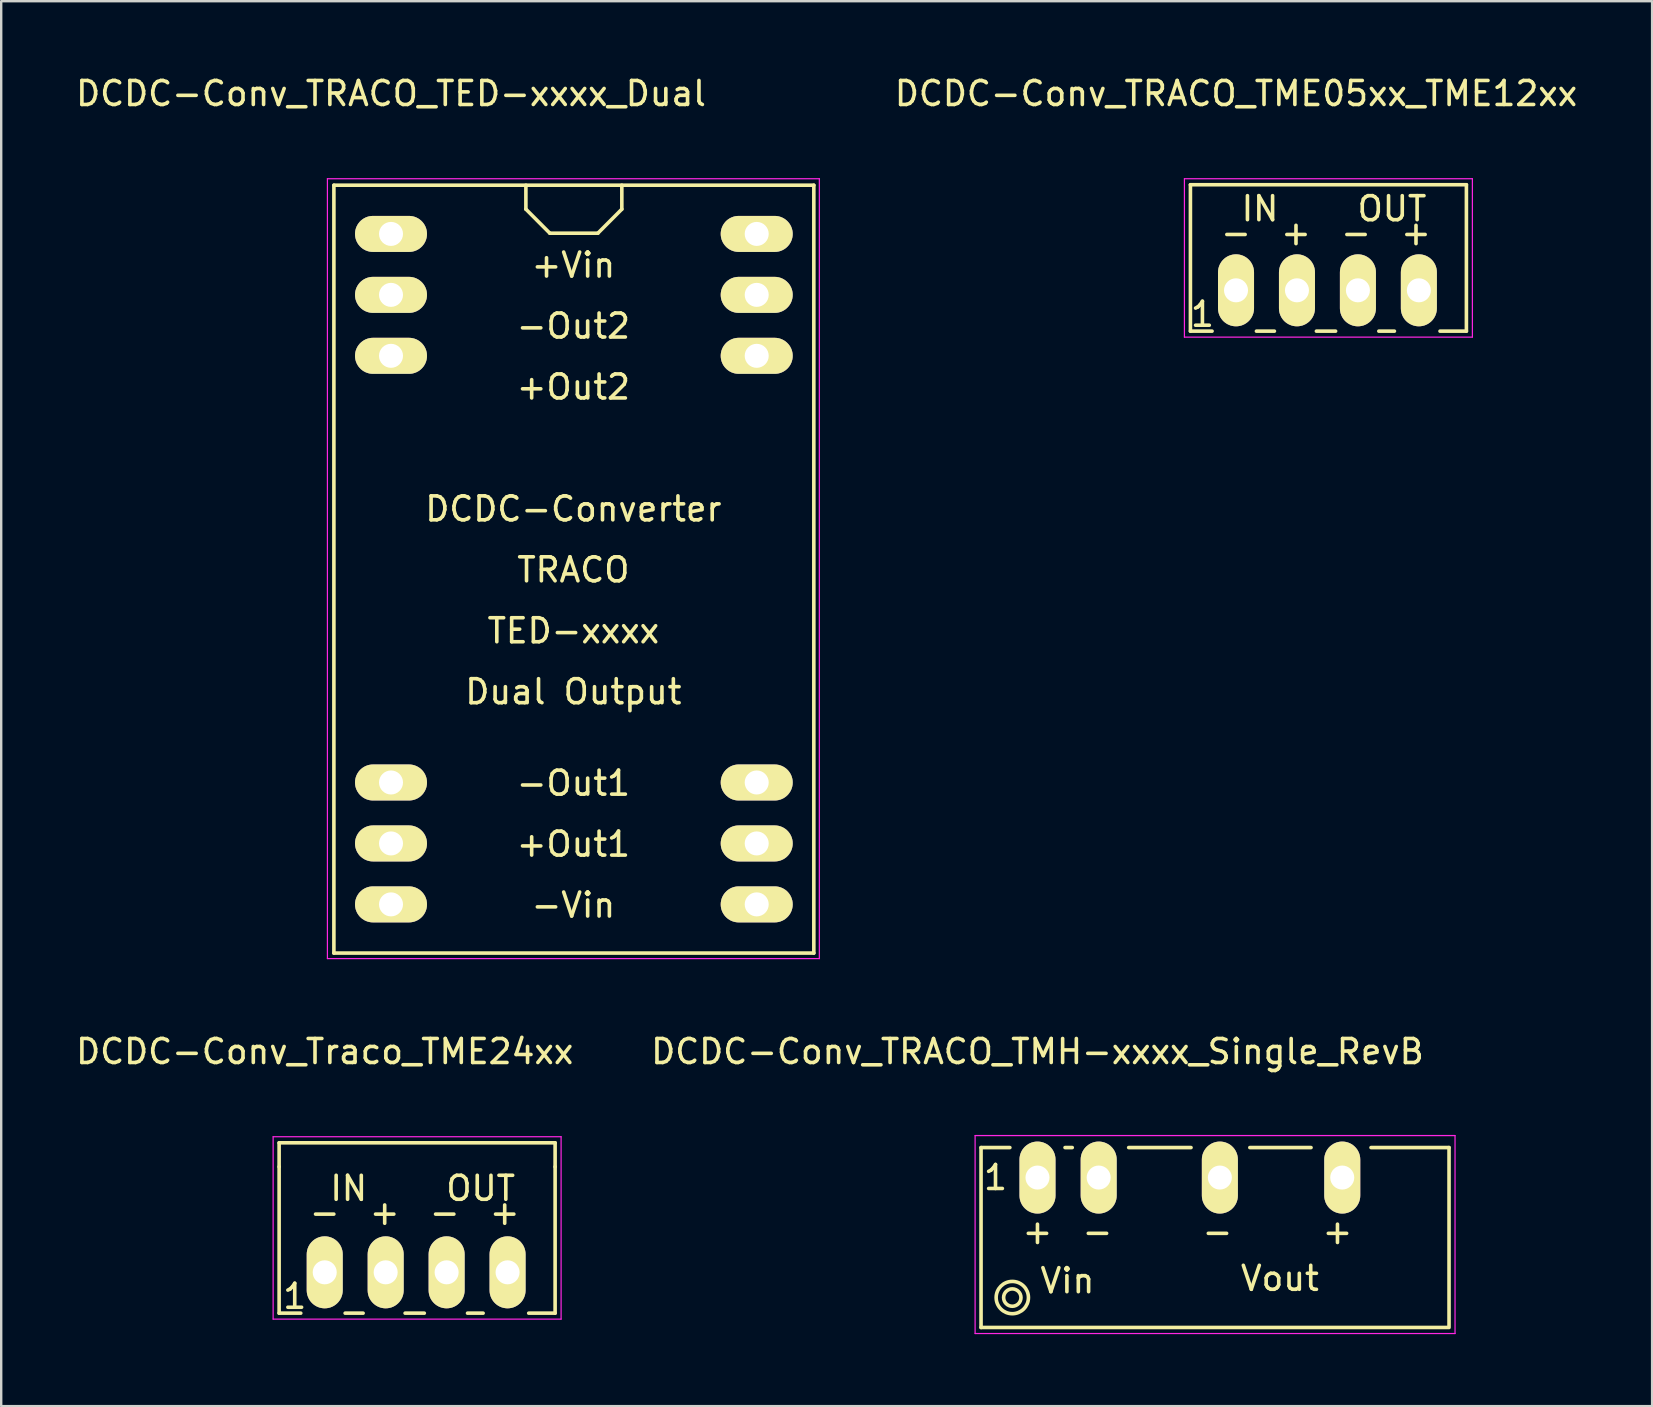
<source format=kicad_pcb>
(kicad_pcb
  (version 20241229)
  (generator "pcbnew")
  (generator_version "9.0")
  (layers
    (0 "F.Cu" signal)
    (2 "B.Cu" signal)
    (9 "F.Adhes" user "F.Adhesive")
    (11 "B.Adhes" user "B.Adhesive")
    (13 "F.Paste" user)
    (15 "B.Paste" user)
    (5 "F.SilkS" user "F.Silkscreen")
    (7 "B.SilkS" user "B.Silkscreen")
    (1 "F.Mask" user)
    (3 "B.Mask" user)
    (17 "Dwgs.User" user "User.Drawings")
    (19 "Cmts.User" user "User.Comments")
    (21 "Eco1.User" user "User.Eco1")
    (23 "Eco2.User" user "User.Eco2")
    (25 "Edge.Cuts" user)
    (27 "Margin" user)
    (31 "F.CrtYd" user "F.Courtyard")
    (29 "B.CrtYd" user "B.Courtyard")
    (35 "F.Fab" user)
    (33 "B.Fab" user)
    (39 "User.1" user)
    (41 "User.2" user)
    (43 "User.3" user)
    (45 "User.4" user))
  (footprint "DCDC-Conv_TRACO_TMH-xxxx_Single_RevB"
    (layer "F.Cu")
    (at 40.185 46.022)
    (property "Reference" "DCDC-Conv_TRACO_TMH-xxxx_Single_RevB" (at 0 -5.25 0) (layer "F.SilkS") (effects (font (size 1 1) (thickness 0.15))))
    (attr through_hole)
    (fp_line (start -2.352 -1.25) (end -2.352 6.248) (stroke (width 0.15) (type solid)) (layer "F.SilkS"))
    (fp_line (start -2.352 6.248) (end 17.099 6.248) (stroke (width 0.15) (type solid)) (layer "F.SilkS"))
    (fp_line (start -1.151 -1.25) (end -2.352 -1.25) (stroke (width 0.15) (type solid)) (layer "F.SilkS"))
    (fp_line (start 1.448 -1.25) (end 1.148 -1.25) (stroke (width 0.15) (type solid)) (layer "F.SilkS"))
    (fp_line (start 6.398 -1.25) (end 3.8 -1.25) (stroke (width 0.15) (type solid)) (layer "F.SilkS"))
    (fp_line (start 11.399 -1.25) (end 8.849 -1.25) (stroke (width 0.15) (type solid)) (layer "F.SilkS"))
    (fp_line (start 17.15 -1.25) (end 13.899 -1.25) (stroke (width 0.15) (type solid)) (layer "F.SilkS"))
    (fp_line (start 17.15 6.248) (end 17.15 -1.25) (stroke (width 0.15) (type solid)) (layer "F.SilkS"))
    (fp_circle (center -1.05 5.001) (end -0.951 5.349) (stroke (width 0.15) (type solid)) (fill no) (layer "F.SilkS"))
    (fp_circle (center -1.05 5.001) (end -0.549 5.45) (stroke (width 0.15) (type solid)) (fill no) (layer "F.SilkS"))
    (fp_line (start -2.6 -1.75) (end -2.6 6.5) (stroke (width 0.05) (type solid)) (layer "F.CrtYd"))
    (fp_line (start -2.6 -1.75) (end 17.4 -1.75) (stroke (width 0.05) (type solid)) (layer "F.CrtYd"))
    (fp_line (start -2.6 6.5) (end 17.4 6.5) (stroke (width 0.05) (type solid)) (layer "F.CrtYd"))
    (fp_line (start 17.4 -1.75) (end 17.4 6.5) (stroke (width 0.05) (type solid)) (layer "F.CrtYd"))
    (fp_text user "-" (at 2.499 2.25 0) (layer "F.SilkS") (effects (font (size 1 1) (thickness 0.15))))
    (fp_text user "Vout" (at 10.101 4.201 0) (layer "F.SilkS") (effects (font (size 1 1) (thickness 0.15))))
    (fp_text user "Vin" (at 1.249 4.3 0) (layer "F.SilkS") (effects (font (size 1 1) (thickness 0.15))))
    (fp_text user "1" (at -1.75 0 0) (layer "F.SilkS") (effects (font (size 1 1) (thickness 0.15))))
    (fp_text user "-" (at 7.5 2.25 0) (layer "F.SilkS") (effects (font (size 1 1) (thickness 0.15))))
    (fp_text user "+" (at 12.501 2.25 0) (layer "F.SilkS") (effects (font (size 1 1) (thickness 0.15))))
    (fp_text user "+" (at -0.001 2.25 0) (layer "F.SilkS") (effects (font (size 1 1) (thickness 0.15))))
    (pad "1" thru_hole oval (at 0 0) (size 1.501 3) (drill 1.001) (layers "*.Cu" "*.Mask" "F.SilkS"))
    (pad "2" thru_hole oval (at 2.55 0) (size 1.501 3) (drill 1.001) (layers "*.Cu" "*.Mask" "F.SilkS"))
    (pad "4" thru_hole oval (at 7.6 0) (size 1.501 3) (drill 1.001) (layers "*.Cu" "*.Mask" "F.SilkS"))
    (pad "6" thru_hole oval (at 12.7 0) (size 1.501 3) (drill 1.001) (layers "*.Cu" "*.Mask" "F.SilkS")))
  (footprint "DCDC-Conv_TRACO_TED-xxxx_Dual"
    (layer "F.Cu")
    (at 13.244 6.698)
    (property "Reference" "DCDC-Conv_TRACO_TED-xxxx_Dual" (at 0 -5.85 0) (layer "F.SilkS") (effects (font (size 1 1) (thickness 0.15))))
    (attr through_hole)
    (fp_line (start -2.38 -2.029) (end -2.38 29.97) (stroke (width 0.15) (type solid)) (layer "F.SilkS"))
    (fp_line (start -2.38 29.97) (end 17.62 29.97) (stroke (width 0.15) (type solid)) (layer "F.SilkS"))
    (fp_line (start 5.621 -2.029) (end 5.621 -1.031) (stroke (width 0.15) (type solid)) (layer "F.SilkS"))
    (fp_line (start 5.621 -1.031) (end 6.619 -0.03) (stroke (width 0.15) (type solid)) (layer "F.SilkS"))
    (fp_line (start 6.619 -0.03) (end 8.621 -0.03) (stroke (width 0.15) (type solid)) (layer "F.SilkS"))
    (fp_line (start 8.621 -0.03) (end 9.619 -1.031) (stroke (width 0.15) (type solid)) (layer "F.SilkS"))
    (fp_line (start 9.619 -1.031) (end 9.619 -2.029) (stroke (width 0.15) (type solid)) (layer "F.SilkS"))
    (fp_line (start 17.62 -2.029) (end -2.38 -2.029) (stroke (width 0.15) (type solid)) (layer "F.SilkS"))
    (fp_line (start 17.62 29.97) (end 17.62 -2.029) (stroke (width 0.15) (type solid)) (layer "F.SilkS"))
    (fp_line (start -2.65 -2.3) (end -2.65 30.2) (stroke (width 0.05) (type solid)) (layer "F.CrtYd"))
    (fp_line (start -2.65 -2.3) (end 17.85 -2.3) (stroke (width 0.05) (type solid)) (layer "F.CrtYd"))
    (fp_line (start -2.65 30.2) (end 17.85 30.2) (stroke (width 0.05) (type solid)) (layer "F.CrtYd"))
    (fp_line (start 17.85 -2.3) (end 17.85 30.2) (stroke (width 0.05) (type solid)) (layer "F.CrtYd"))
    (fp_text user "Dual Output" (at 7.6 19.08 0) (layer "F.SilkS") (effects (font (size 1 1) (thickness 0.15))))
    (fp_text user "-Out1" (at 7.6 22.89 0) (layer "F.SilkS") (effects (font (size 1 1) (thickness 0.15))))
    (fp_text user "-Vin" (at 7.6 27.97 0) (layer "F.SilkS") (effects (font (size 1 1) (thickness 0.15))))
    (fp_text user "DCDC-Converter" (at 7.6 11.46 0) (layer "F.SilkS") (effects (font (size 1 1) (thickness 0.15))))
    (fp_text user "+Out2" (at 7.6 6.38 0) (layer "F.SilkS") (effects (font (size 1 1) (thickness 0.15))))
    (fp_text user "+Out1" (at 7.6 25.43 0) (layer "F.SilkS") (effects (font (size 1 1) (thickness 0.15))))
    (fp_text user "TRACO" (at 7.6 14 0) (layer "F.SilkS") (effects (font (size 1 1) (thickness 0.15))))
    (fp_text user "TED-xxxx" (at 7.6 16.54 0) (layer "F.SilkS") (effects (font (size 1 1) (thickness 0.15))))
    (fp_text user "+Vin" (at 7.6 1.3 0) (layer "F.SilkS") (effects (font (size 1 1) (thickness 0.15))))
    (fp_text user "-Out2" (at 7.6 3.84 0) (layer "F.SilkS") (effects (font (size 1 1) (thickness 0.15))))
    (pad "1" thru_hole oval (at 0 0) (size 3 1.501) (drill 1.001) (layers "*.Cu" "*.Mask" "F.SilkS"))
    (pad "2" thru_hole oval (at 0 2.54) (size 3 1.501) (drill 1.001) (layers "*.Cu" "*.Mask" "F.SilkS"))
    (pad "3" thru_hole oval (at 0 5.08) (size 3 1.501) (drill 1.001) (layers "*.Cu" "*.Mask" "F.SilkS"))
    (pad "10" thru_hole oval (at 0 22.86) (size 3 1.501) (drill 1.001) (layers "*.Cu" "*.Mask" "F.SilkS"))
    (pad "11" thru_hole oval (at 0 25.4) (size 3 1.501) (drill 1.001) (layers "*.Cu" "*.Mask" "F.SilkS"))
    (pad "12" thru_hole oval (at 0 27.94) (size 3 1.501) (drill 1.001) (layers "*.Cu" "*.Mask" "F.SilkS"))
    (pad "13" thru_hole oval (at 15.24 27.94) (size 3 1.501) (drill 1.001) (layers "*.Cu" "*.Mask" "F.SilkS"))
    (pad "14" thru_hole oval (at 15.24 25.4) (size 3 1.501) (drill 1.001) (layers "*.Cu" "*.Mask" "F.SilkS"))
    (pad "15" thru_hole oval (at 15.24 22.86) (size 3 1.501) (drill 1.001) (layers "*.Cu" "*.Mask" "F.SilkS"))
    (pad "22" thru_hole oval (at 15.24 5.08) (size 3 1.501) (drill 1.001) (layers "*.Cu" "*.Mask" "F.SilkS"))
    (pad "23" thru_hole oval (at 15.24 2.54) (size 3 1.501) (drill 1.001) (layers "*.Cu" "*.Mask" "F.SilkS"))
    (pad "24" thru_hole oval (at 15.24 0) (size 3 1.501) (drill 1.001) (layers "*.Cu" "*.Mask" "F.SilkS")))
  (footprint "DCDC-Conv_TRACO_TME05xx_TME12xx"
    (layer "F.Cu")
    (at 48.458 9.048)
    (property "Reference" "DCDC-Conv_TRACO_TME05xx_TME12xx" (at 0 -8.2 0) (layer "F.SilkS") (effects (font (size 1 1) (thickness 0.15))))
    (attr through_hole)
    (fp_line (start -1.9 -4.399) (end -1.9 1.702) (stroke (width 0.15) (type solid)) (layer "F.SilkS"))
    (fp_line (start -0.998 1.702) (end -1.9 1.702) (stroke (width 0.15) (type solid)) (layer "F.SilkS"))
    (fp_line (start 1.6 1.702) (end 0.851 1.702) (stroke (width 0.15) (type solid)) (layer "F.SilkS"))
    (fp_line (start 4.15 1.702) (end 3.35 1.702) (stroke (width 0.15) (type solid)) (layer "F.SilkS"))
    (fp_line (start 6.601 1.702) (end 5.951 1.702) (stroke (width 0.15) (type solid)) (layer "F.SilkS"))
    (fp_line (start 9.601 -4.399) (end -1.9 -4.399) (stroke (width 0.15) (type solid)) (layer "F.SilkS"))
    (fp_line (start 9.601 1.702) (end 8.501 1.702) (stroke (width 0.15) (type solid)) (layer "F.SilkS"))
    (fp_line (start 9.601 1.702) (end 9.601 -4.399) (stroke (width 0.15) (type solid)) (layer "F.SilkS"))
    (fp_line (start -2.15 -4.65) (end -2.15 1.95) (stroke (width 0.05) (type solid)) (layer "F.CrtYd"))
    (fp_line (start -2.15 -4.65) (end 9.85 -4.65) (stroke (width 0.05) (type solid)) (layer "F.CrtYd"))
    (fp_line (start -2.15 1.95) (end 9.85 1.95) (stroke (width 0.05) (type solid)) (layer "F.CrtYd"))
    (fp_line (start 9.85 -4.65) (end 9.85 1.95) (stroke (width 0.05) (type solid)) (layer "F.CrtYd"))
    (fp_text user "OUT" (at 6.499 -3.399 0) (layer "F.SilkS") (effects (font (size 1 1) (thickness 0.15))))
    (fp_text user "1" (at -1.4 1 0) (layer "F.SilkS") (effects (font (size 1 1) (thickness 0.15))))
    (fp_text user "+" (at 7.5 -2.401 0) (layer "F.SilkS") (effects (font (size 1 1) (thickness 0.15))))
    (fp_text user "+" (at 2.499 -2.401 0) (layer "F.SilkS") (effects (font (size 1 1) (thickness 0.15))))
    (fp_text user "IN" (at 1 -3.399 0) (layer "F.SilkS") (effects (font (size 1 1) (thickness 0.15))))
    (fp_text user "-" (at -0.001 -2.401 0) (layer "F.SilkS") (effects (font (size 1 1) (thickness 0.15))))
    (fp_text user "-" (at 5.001 -2.401 0) (layer "F.SilkS") (effects (font (size 1 1) (thickness 0.15))))
    (pad "1" thru_hole oval (at 0 0) (size 1.501 3) (drill 1.001) (layers "*.Cu" "*.Mask" "F.SilkS"))
    (pad "2" thru_hole oval (at 2.54 0) (size 1.501 3) (drill 1.001) (layers "*.Cu" "*.Mask" "F.SilkS"))
    (pad "3" thru_hole oval (at 5.08 0) (size 1.501 3) (drill 1.001) (layers "*.Cu" "*.Mask" "F.SilkS"))
    (pad "4" thru_hole oval (at 7.62 0) (size 1.501 3) (drill 1.001) (layers "*.Cu" "*.Mask" "F.SilkS")))
  (footprint "DCDC-Conv_Traco_TME24xx"
    (layer "F.Cu")
    (at 10.482 49.971)
    (property "Reference" "DCDC-Conv_Traco_TME24xx" (at 0 -9.2 0) (layer "F.SilkS") (effects (font (size 1 1) (thickness 0.15))))
    (attr through_hole)
    (fp_line (start -1.9 -5.397) (end -1.9 -4.399) (stroke (width 0.15) (type solid)) (layer "F.SilkS"))
    (fp_line (start -1.9 -4.399) (end -1.9 1.702) (stroke (width 0.15) (type solid)) (layer "F.SilkS"))
    (fp_line (start -0.998 1.702) (end -1.9 1.702) (stroke (width 0.15) (type solid)) (layer "F.SilkS"))
    (fp_line (start 1.6 1.702) (end 0.851 1.702) (stroke (width 0.15) (type solid)) (layer "F.SilkS"))
    (fp_line (start 4.15 1.702) (end 3.35 1.702) (stroke (width 0.15) (type solid)) (layer "F.SilkS"))
    (fp_line (start 6.601 1.702) (end 5.951 1.702) (stroke (width 0.15) (type solid)) (layer "F.SilkS"))
    (fp_line (start 9.601 -5.397) (end -1.9 -5.397) (stroke (width 0.15) (type solid)) (layer "F.SilkS"))
    (fp_line (start 9.601 -4.399) (end 9.601 -5.397) (stroke (width 0.15) (type solid)) (layer "F.SilkS"))
    (fp_line (start 9.601 1.702) (end 8.501 1.702) (stroke (width 0.15) (type solid)) (layer "F.SilkS"))
    (fp_line (start 9.601 1.702) (end 9.601 -4.399) (stroke (width 0.15) (type solid)) (layer "F.SilkS"))
    (fp_line (start -2.15 -5.65) (end -2.15 1.95) (stroke (width 0.05) (type solid)) (layer "F.CrtYd"))
    (fp_line (start -2.15 -5.65) (end 9.85 -5.65) (stroke (width 0.05) (type solid)) (layer "F.CrtYd"))
    (fp_line (start -2.15 1.95) (end 9.85 1.95) (stroke (width 0.05) (type solid)) (layer "F.CrtYd"))
    (fp_line (start 9.85 -5.65) (end 9.85 1.95) (stroke (width 0.05) (type solid)) (layer "F.CrtYd"))
    (fp_text user "+" (at 2.499 -2.5 0) (layer "F.SilkS") (effects (font (size 1 1) (thickness 0.15))))
    (fp_text user "IN" (at 1 -3.499 0) (layer "F.SilkS") (effects (font (size 1 1) (thickness 0.15))))
    (fp_text user "OUT" (at 6.499 -3.499 0) (layer "F.SilkS") (effects (font (size 1 1) (thickness 0.15))))
    (fp_text user "-" (at -0.001 -2.5 0) (layer "F.SilkS") (effects (font (size 1 1) (thickness 0.15))))
    (fp_text user "1" (at -1.25 1 0) (layer "F.SilkS") (effects (font (size 1 1) (thickness 0.15))))
    (fp_text user "+" (at 7.5 -2.5 0) (layer "F.SilkS") (effects (font (size 1 1) (thickness 0.15))))
    (fp_text user "-" (at 5.001 -2.5 0) (layer "F.SilkS") (effects (font (size 1 1) (thickness 0.15))))
    (pad "1" thru_hole oval (at 0 0) (size 1.501 3) (drill 1.001) (layers "*.Cu" "*.Mask" "F.SilkS"))
    (pad "2" thru_hole oval (at 2.54 0) (size 1.501 3) (drill 1.001) (layers "*.Cu" "*.Mask" "F.SilkS"))
    (pad "3" thru_hole oval (at 5.08 0) (size 1.501 3) (drill 1.001) (layers "*.Cu" "*.Mask" "F.SilkS"))
    (pad "4" thru_hole oval (at 7.62 0) (size 1.501 3) (drill 1.001) (layers "*.Cu" "*.Mask" "F.SilkS")))
  (gr_rect
    (start -3 -3)
    (end 65.798 55.547)
    (stroke (width 0.1) (type default))
    (fill no)
    (layer "Edge.Cuts")))
</source>
